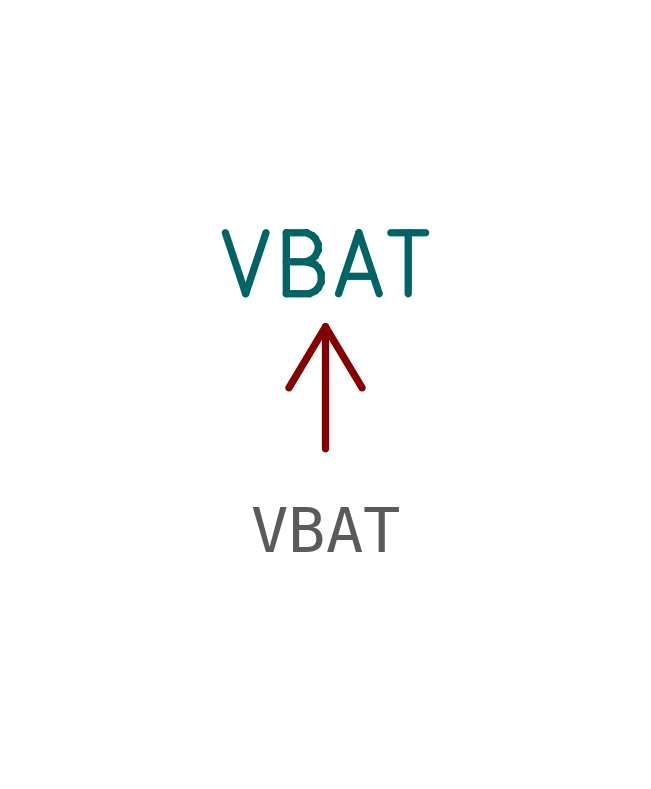
<source format=kicad_sym>
(kicad_symbol_lib
  (version 20220914)
  (generator kicad_symbol_editor)
  (symbol "VBAT"
    (power)
    (property "Reference" "#PWR"
      (at 0 8.89 0)
      (effects (font (size 1.27 1.27)) hide))
    (property "Value" "VBAT"
      (at 0 3.81 0)
      (effects (font (size 1.27 1.27))))
    (symbol "VBAT_0_1"
      (polyline (pts (xy -0.762 1.27) (xy 0 2.54)) (stroke (width 0) (type default)) (fill (type none)))
      (polyline (pts (xy 0 0) (xy 0 2.54)) (stroke (width 0) (type default)) (fill (type none)))
      (polyline (pts (xy 0 2.54) (xy 0.762 1.27)) (stroke (width 0) (type default)) (fill (type none))))
    (symbol "VBAT_1_1"
      (pin power_in line (at 0 0 90) (length 0) hide (name "VBAT" (effects (font (size 1.27 1.27)))) (number "1" (effects (font (size 1.27 1.27))))))))
</source>
